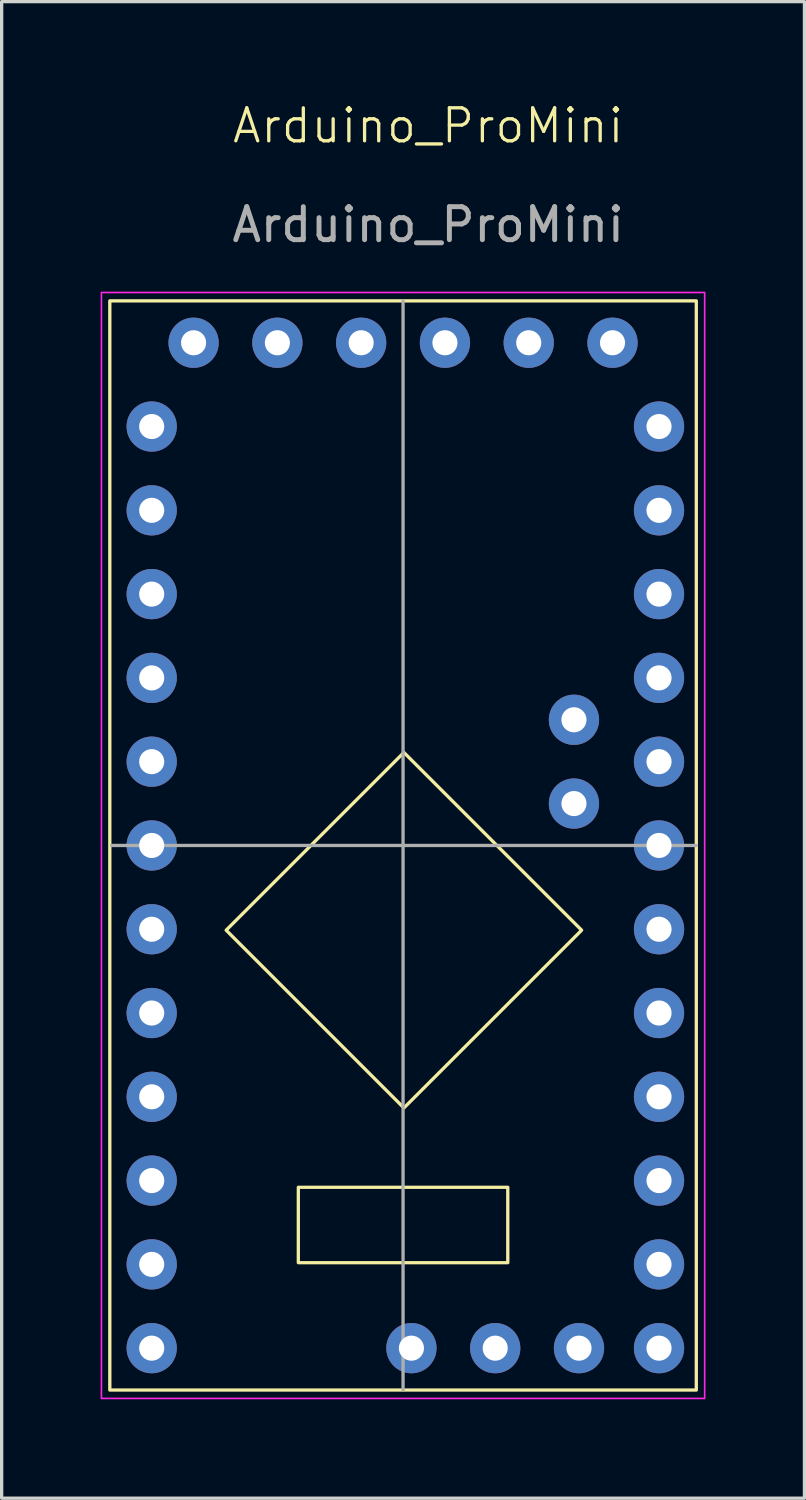
<source format=kicad_pcb>
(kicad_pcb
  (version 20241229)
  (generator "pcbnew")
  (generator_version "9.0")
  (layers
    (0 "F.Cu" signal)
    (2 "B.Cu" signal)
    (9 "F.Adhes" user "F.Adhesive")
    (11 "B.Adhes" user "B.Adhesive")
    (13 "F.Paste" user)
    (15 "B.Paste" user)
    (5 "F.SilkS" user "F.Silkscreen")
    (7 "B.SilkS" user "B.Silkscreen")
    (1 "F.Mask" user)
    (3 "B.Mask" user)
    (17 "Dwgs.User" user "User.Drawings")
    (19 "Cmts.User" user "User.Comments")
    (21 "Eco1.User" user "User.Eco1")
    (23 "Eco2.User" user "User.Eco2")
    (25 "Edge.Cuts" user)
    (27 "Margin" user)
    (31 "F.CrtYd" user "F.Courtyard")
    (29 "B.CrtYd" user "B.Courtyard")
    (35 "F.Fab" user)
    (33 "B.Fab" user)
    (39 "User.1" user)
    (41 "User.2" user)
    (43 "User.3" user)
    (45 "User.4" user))
  (footprint "Arduino_ProMini"
    (layer "F.Cu")
    (at 9.194 22.581)
    (property "Reference" "Arduino_ProMini" (at 0.737 -21.82 0) (unlocked yes) (layer "F.SilkS") (effects (font (size 1 1) (thickness 0.1))))
    (attr through_hole)
    (fp_rect (start -8.915 -16.51) (end 8.865 16.51) (stroke (width 0.1) (type default)) (fill no) (layer "F.SilkS"))
    (fp_rect (start -3.2 10.363) (end 3.15 12.649) (stroke (width 0.1) (type default)) (fill no) (layer "F.SilkS"))
    (fp_poly (pts (xy -5.388 2.569) (xy 0 -2.819) (xy 5.388 2.569) (xy 0 7.957)) (stroke (width 0.1) (type default)) (fill no) (layer "F.SilkS"))
    (fp_rect (start -9.169 -16.764) (end 9.119 16.764) (stroke (width 0.05) (type default)) (fill no) (layer "F.CrtYd"))
    (fp_line (start -8.865 0) (end 8.865 0) (stroke (width 0.1) (type default)) (layer "F.Fab"))
    (fp_line (start -0.025 -16.51) (end -0.025 16.51) (stroke (width 0.1) (type default)) (layer "F.Fab"))
    (fp_text user "${REFERENCE}" (at 0.737 -18.82 0) (unlocked yes) (layer "F.Fab") (effects (font (size 1 1) (thickness 0.15))))
    (pad "1" thru_hole circle (at -7.645 -12.7 270) (size 1.524 1.524) (drill 0.762) (layers "*.Cu" "*.Mask"))
    (pad "1" thru_hole circle (at -3.835 -15.24) (size 1.524 1.524) (drill 0.762) (layers "*.Cu" "*.Mask"))
    (pad "2" thru_hole circle (at -7.645 -10.16 270) (size 1.524 1.524) (drill 0.762) (layers "*.Cu" "*.Mask"))
    (pad "2" thru_hole circle (at -1.295 -15.24) (size 1.524 1.524) (drill 0.762) (layers "*.Cu" "*.Mask"))
    (pad "3" thru_hole circle (at -7.645 -7.62 270) (size 1.524 1.524) (drill 0.762) (layers "*.Cu" "*.Mask"))
    (pad "4" thru_hole circle (at -7.645 -5.08 270) (size 1.524 1.524) (drill 0.762) (layers "*.Cu" "*.Mask"))
    (pad "5" thru_hole circle (at -7.645 -2.54 270) (size 1.524 1.524) (drill 0.762) (layers "*.Cu" "*.Mask"))
    (pad "6" thru_hole circle (at -7.645 0 270) (size 1.524 1.524) (drill 0.762) (layers "*.Cu" "*.Mask"))
    (pad "7" thru_hole circle (at -7.645 2.54 270) (size 1.524 1.524) (drill 0.762) (layers "*.Cu" "*.Mask"))
    (pad "8" thru_hole circle (at -7.645 5.08 270) (size 1.524 1.524) (drill 0.762) (layers "*.Cu" "*.Mask"))
    (pad "9" thru_hole circle (at -7.645 7.62 270) (size 1.524 1.524) (drill 0.762) (layers "*.Cu" "*.Mask"))
    (pad "10" thru_hole circle (at -7.645 10.16 270) (size 1.524 1.524) (drill 0.762) (layers "*.Cu" "*.Mask"))
    (pad "11" thru_hole circle (at -7.645 12.7 270) (size 1.524 1.524) (drill 0.762) (layers "*.Cu" "*.Mask"))
    (pad "12" thru_hole circle (at -7.645 15.24 270) (size 1.524 1.524) (drill 0.762) (layers "*.Cu" "*.Mask"))
    (pad "13" thru_hole circle (at 0.229 15.24 270) (size 1.524 1.524) (drill 0.762) (layers "*.Cu" "*.Mask"))
    (pad "14" thru_hole circle (at 2.769 15.24 270) (size 1.524 1.524) (drill 0.762) (layers "*.Cu" "*.Mask"))
    (pad "15" thru_hole circle (at 5.309 15.24 270) (size 1.524 1.524) (drill 0.762) (layers "*.Cu" "*.Mask"))
    (pad "16" thru_hole circle (at 7.735 15.24 180) (size 1.524 1.524) (drill 0.762) (layers "*.Cu" "*.Mask"))
    (pad "17" thru_hole circle (at 7.735 12.7 180) (size 1.524 1.524) (drill 0.762) (layers "*.Cu" "*.Mask"))
    (pad "18" thru_hole circle (at 7.735 10.16 180) (size 1.524 1.524) (drill 0.762) (layers "*.Cu" "*.Mask"))
    (pad "19" thru_hole circle (at 7.735 7.62 180) (size 1.524 1.524) (drill 0.762) (layers "*.Cu" "*.Mask"))
    (pad "20" thru_hole circle (at 7.735 5.08 180) (size 1.524 1.524) (drill 0.762) (layers "*.Cu" "*.Mask"))
    (pad "21" thru_hole circle (at 7.735 2.54 180) (size 1.524 1.524) (drill 0.762) (layers "*.Cu" "*.Mask"))
    (pad "22" thru_hole circle (at 7.735 0 180) (size 1.524 1.524) (drill 0.762) (layers "*.Cu" "*.Mask"))
    (pad "23" thru_hole circle (at 7.735 -2.54 180) (size 1.524 1.524) (drill 0.762) (layers "*.Cu" "*.Mask"))
    (pad "24" thru_hole circle (at 1.245 -15.24) (size 1.524 1.524) (drill 0.762) (layers "*.Cu" "*.Mask"))
    (pad "24" thru_hole circle (at 7.735 -5.08 180) (size 1.524 1.524) (drill 0.762) (layers "*.Cu" "*.Mask"))
    (pad "25" thru_hole circle (at 7.735 -7.62 180) (size 1.524 1.524) (drill 0.762) (layers "*.Cu" "*.Mask"))
    (pad "26" thru_hole circle (at 3.785 -15.24) (size 1.524 1.524) (drill 0.762) (layers "*.Cu" "*.Mask"))
    (pad "26" thru_hole circle (at 6.325 -15.24) (size 1.524 1.524) (drill 0.762) (layers "*.Cu" "*.Mask"))
    (pad "26" thru_hole circle (at 7.735 -10.16 180) (size 1.524 1.524) (drill 0.762) (layers "*.Cu" "*.Mask"))
    (pad "27" thru_hole circle (at 7.735 -12.7 180) (size 1.524 1.524) (drill 0.762) (layers "*.Cu" "*.Mask"))
    (pad "28" thru_hole circle (at -6.375 -15.24) (size 1.524 1.524) (drill 0.762) (layers "*.Cu" "*.Mask"))
    (pad "33" thru_hole circle (at 5.156 -1.27 90) (size 1.524 1.524) (drill 0.762) (layers "*.Cu" "*.Mask"))
    (pad "34" thru_hole circle (at 5.156 -3.81 90) (size 1.524 1.524) (drill 0.762) (layers "*.Cu" "*.Mask")))
  (gr_rect
    (start -3 -3)
    (end 21.338 42.37)
    (stroke (width 0.1) (type default))
    (fill no)
    (layer "Edge.Cuts")))
</source>
